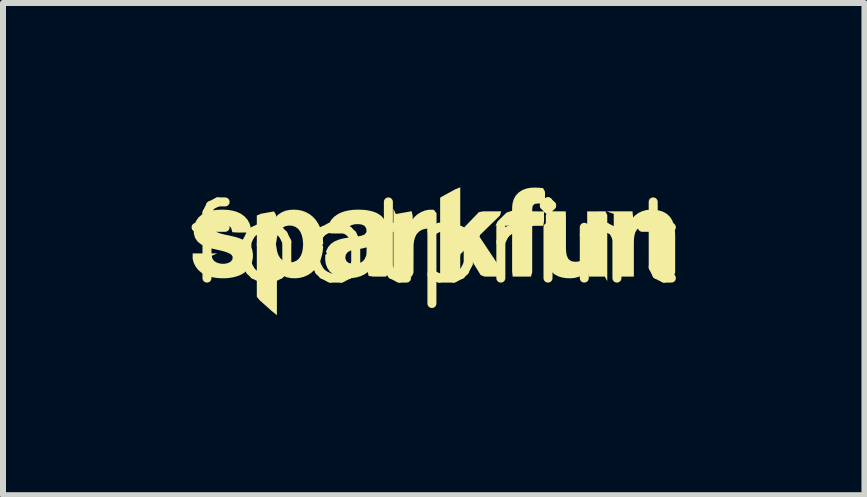
<source format=kicad_pcb>
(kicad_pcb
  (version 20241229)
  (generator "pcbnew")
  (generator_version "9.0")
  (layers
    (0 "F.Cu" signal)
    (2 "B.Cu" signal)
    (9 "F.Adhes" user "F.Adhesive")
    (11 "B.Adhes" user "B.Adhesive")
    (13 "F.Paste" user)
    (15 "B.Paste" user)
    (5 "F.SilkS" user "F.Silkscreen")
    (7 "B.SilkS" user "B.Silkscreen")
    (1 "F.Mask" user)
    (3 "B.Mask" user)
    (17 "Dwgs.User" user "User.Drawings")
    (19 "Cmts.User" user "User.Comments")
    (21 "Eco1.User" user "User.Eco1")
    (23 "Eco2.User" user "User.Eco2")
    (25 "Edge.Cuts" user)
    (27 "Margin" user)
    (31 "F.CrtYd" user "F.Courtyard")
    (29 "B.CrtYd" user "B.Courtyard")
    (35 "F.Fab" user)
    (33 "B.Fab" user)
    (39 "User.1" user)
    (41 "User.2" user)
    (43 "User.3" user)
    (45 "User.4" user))
  (footprint "footprint"
    (layer "F.Cu")
    (at 4.18 1.006)
    (property "Reference" "footprint" (at 0 0 0) (layer "F.SilkS") (effects (font (size 1.27 1.27) (thickness 0.15))))
    (fp_poly (pts (xy 0.442 -0.197) (xy 0.752 -0.519) (xy 0.823 -0.533) (xy 1.125 -0.533) (xy 1.105 -0.464) (xy 0.772 -0.14) (xy 0.765 -0.107) (xy 1.175 0.51) (xy 1.13 0.555) (xy 0.849 0.555) (xy 0.782 0.529) (xy 0.536 0.128) (xy 0.518 0.11) (xy 0.447 0.179) (xy 0.442 0.233) (xy 0.442 0.508) (xy 0.394 0.555) (xy 0.181 0.555) (xy 0.107 0.535) (xy 0.107 -0.751) (xy 0.111 -0.765) (xy 0.354 -0.898) (xy 0.442 -0.934)) (stroke (width 0) (type solid)) (fill yes) (layer "F.SilkS"))
    (fp_poly (pts (xy -0.632 -0.488) (xy -0.368 -0.535) (xy -0.351 -0.456) (xy -0.351 -0.4) (xy -0.325 -0.435) (xy -0.273 -0.482) (xy -0.213 -0.519) (xy -0.148 -0.546) (xy -0.078 -0.56) (xy 0.002 -0.559) (xy 0.047 -0.502) (xy 0.047 -0.283) (xy -0.002 -0.241) (xy -0.076 -0.246) (xy -0.138 -0.242) (xy -0.196 -0.226) (xy -0.246 -0.195) (xy -0.285 -0.152) (xy -0.312 -0.098) (xy -0.328 -0.039) (xy -0.336 0.024) (xy -0.337 0.49) (xy -0.366 0.555) (xy -0.672 0.555) (xy -0.672 -0.578)) (stroke (width 0) (type solid)) (fill yes) (layer "F.SilkS"))
    (fp_poly (pts (xy 1.742 -0.927) (xy 1.822 -0.921) (xy 1.855 -0.86) (xy 1.855 -0.714) (xy 1.816 -0.66) (xy 1.739 -0.664) (xy 1.684 -0.658) (xy 1.65 -0.626) (xy 1.642 -0.571) (xy 1.643 -0.533) (xy 1.839 -0.532) (xy 1.839 -0.374) (xy 1.828 -0.292) (xy 1.676 -0.292) (xy 1.642 -0.287) (xy 1.642 0.484) (xy 1.62 0.555) (xy 1.316 0.555) (xy 1.307 0.473) (xy 1.307 -0.293) (xy 1.029 -0.293) (xy 1.064 -0.365) (xy 1.212 -0.511) (xy 1.307 -0.543) (xy 1.307 -0.592) (xy 1.313 -0.661) (xy 1.331 -0.729) (xy 1.365 -0.792) (xy 1.413 -0.845) (xy 1.473 -0.885) (xy 1.538 -0.911) (xy 1.606 -0.925) (xy 1.675 -0.929)) (stroke (width 0) (type solid)) (fill yes) (layer "F.SilkS"))
    (fp_poly (pts (xy -1.465 0.167) (xy -1.474 0.249) (xy -1.456 0.297) (xy -1.415 0.328) (xy -1.359 0.341) (xy -1.298 0.341) (xy -1.24 0.331) (xy -1.189 0.305) (xy -1.151 0.264) (xy -1.126 0.204) (xy -1.083 0.153) (xy -0.784 0.153) (xy -0.784 0.309) (xy -0.782 0.373) (xy -0.775 0.436) (xy -0.758 0.511) (xy -0.798 0.555) (xy -1.008 0.555) (xy -1.085 0.543) (xy -1.099 0.481) (xy -1.103 0.481) (xy -1.151 0.516) (xy -1.213 0.546) (xy -1.279 0.566) (xy -1.347 0.578) (xy -1.415 0.583) (xy -1.483 0.581) (xy -1.551 0.571) (xy -1.618 0.55) (xy -1.68 0.516) (xy -1.734 0.469) (xy -1.774 0.41) (xy -1.799 0.343) (xy -1.809 0.274) (xy -1.807 0.193) (xy -1.75 0.153) (xy -1.543 0.153)) (stroke (width 0) (type solid)) (fill yes) (layer "F.SilkS"))
    (fp_poly (pts (xy -2.638 -0.008) (xy -2.621 0.07) (xy -2.611 0.134) (xy -2.591 0.193) (xy -2.561 0.244) (xy -2.518 0.285) (xy -2.465 0.309) (xy -2.406 0.318) (xy -2.346 0.313) (xy -2.291 0.292) (xy -2.247 0.255) (xy -2.214 0.205) (xy -2.193 0.147) (xy -2.182 0.085) (xy -2.176 -0.002) (xy -2.091 -0.008) (xy -1.876 -0.008) (xy -1.843 0.055) (xy -1.85 0.13) (xy -1.863 0.198) (xy -1.883 0.264) (xy -1.91 0.328) (xy -1.946 0.388) (xy -1.989 0.443) (xy -2.041 0.491) (xy -2.1 0.53) (xy -2.164 0.558) (xy -2.233 0.576) (xy -2.302 0.583) (xy -2.372 0.581) (xy -2.442 0.568) (xy -2.508 0.543) (xy -2.569 0.506) (xy -2.614 0.465) (xy -2.614 1.198) (xy -2.702 1.127) (xy -2.903 0.948) (xy -2.949 0.891) (xy -2.949 -0.008)) (stroke (width 0) (type solid)) (fill yes) (layer "F.SilkS"))
    (fp_poly (pts (xy -2.264 -0.557) (xy -2.195 -0.543) (xy -2.129 -0.519) (xy -2.068 -0.485) (xy -2.013 -0.441) (xy -1.966 -0.389) (xy -1.927 -0.331) (xy -1.896 -0.269) (xy -1.873 -0.204) (xy -1.857 -0.137) (xy -1.847 -0.069) (xy -1.842 0.017) (xy -1.912 0.042) (xy -2.124 0.042) (xy -2.177 0.001) (xy -2.185 -0.074) (xy -2.199 -0.135) (xy -2.223 -0.191) (xy -2.258 -0.239) (xy -2.305 -0.274) (xy -2.36 -0.293) (xy -2.42 -0.296) (xy -2.478 -0.284) (xy -2.528 -0.256) (xy -2.568 -0.213) (xy -2.596 -0.159) (xy -2.613 -0.099) (xy -2.622 -0.035) (xy -2.638 0.042) (xy -2.949 0.042) (xy -2.949 -0.464) (xy -2.878 -0.493) (xy -2.662 -0.532) (xy -2.628 -0.471) (xy -2.628 -0.442) (xy -2.596 -0.475) (xy -2.537 -0.515) (xy -2.472 -0.543) (xy -2.403 -0.557) (xy -2.333 -0.561)) (stroke (width 0) (type solid)) (fill yes) (layer "F.SilkS"))
    (fp_poly (pts (xy 2.893 -0.469) (xy 2.893 0.631) (xy 2.853 0.555) (xy 2.581 0.555) (xy 2.572 0.472) (xy 2.572 0.451) (xy 2.538 0.487) (xy 2.481 0.528) (xy 2.417 0.558) (xy 2.349 0.577) (xy 2.279 0.583) (xy 2.21 0.581) (xy 2.142 0.57) (xy 2.074 0.55) (xy 2.011 0.515) (xy 1.958 0.466) (xy 1.919 0.406) (xy 1.894 0.34) (xy 1.879 0.272) (xy 1.871 0.204) (xy 1.869 0.137) (xy 1.869 -0.464) (xy 1.894 -0.533) (xy 2.201 -0.533) (xy 2.204 -0.445) (xy 2.204 0.084) (xy 2.208 0.148) (xy 2.219 0.208) (xy 2.244 0.26) (xy 2.286 0.294) (xy 2.342 0.307) (xy 2.402 0.306) (xy 2.458 0.29) (xy 2.503 0.257) (xy 2.533 0.208) (xy 2.549 0.149) (xy 2.556 0.087) (xy 2.558 0.022) (xy 2.558 -0.532) (xy 2.863 -0.533)) (stroke (width 0) (type solid)) (fill yes) (layer "F.SilkS"))
    (fp_poly (pts (xy 3.684 -0.559) (xy 3.753 -0.548) (xy 3.82 -0.528) (xy 3.883 -0.493) (xy 3.936 -0.444) (xy 3.975 -0.384) (xy 4 -0.318) (xy 4.015 -0.25) (xy 4.023 -0.182) (xy 4.025 -0.115) (xy 4.025 0.486) (xy 4 0.555) (xy 3.693 0.555) (xy 3.69 0.467) (xy 3.69 -0.063) (xy 3.686 -0.126) (xy 3.675 -0.186) (xy 3.65 -0.238) (xy 3.607 -0.272) (xy 3.552 -0.285) (xy 3.492 -0.284) (xy 3.436 -0.269) (xy 3.391 -0.235) (xy 3.361 -0.186) (xy 3.345 -0.127) (xy 3.338 -0.065) (xy 3.336 0.000051) (xy 3.336 0.555) (xy 3.031 0.555) (xy 3.001 0.491) (xy 3.001 -0.491) (xy 2.883 -0.533) (xy 3.313 -0.533) (xy 3.322 -0.45) (xy 3.322 -0.429) (xy 3.356 -0.465) (xy 3.413 -0.506) (xy 3.477 -0.536) (xy 3.545 -0.555) (xy 3.615 -0.561)) (stroke (width 0) (type solid)) (fill yes) (layer "F.SilkS"))
    (fp_poly (pts (xy -1.198 -0.56) (xy -1.13 -0.554) (xy -1.062 -0.542) (xy -0.996 -0.524) (xy -0.931 -0.496) (xy -0.872 -0.455) (xy -0.825 -0.399) (xy -0.796 -0.333) (xy -0.784 -0.262) (xy -0.784 0.144) (xy -0.82 0.203) (xy -1.123 0.202) (xy -1.119 0.11) (xy -1.119 0.069) (xy -1.128 0.069) (xy -1.19 0.086) (xy -1.321 0.106) (xy -1.382 0.12) (xy -1.433 0.146) (xy -1.477 0.203) (xy -1.771 0.203) (xy -1.796 0.136) (xy -1.761 0.064) (xy -1.714 0.009) (xy -1.655 -0.031) (xy -1.59 -0.059) (xy -1.524 -0.078) (xy -1.457 -0.09) (xy -1.26 -0.115) (xy -1.199 -0.128) (xy -1.148 -0.15) (xy -1.121 -0.19) (xy -1.123 -0.242) (xy -1.148 -0.288) (xy -1.196 -0.312) (xy -1.255 -0.32) (xy -1.316 -0.318) (xy -1.372 -0.303) (xy -1.414 -0.27) (xy -1.441 -0.212) (xy -1.486 -0.164) (xy -1.697 -0.164) (xy -1.781 -0.176) (xy -1.766 -0.268) (xy -1.742 -0.335) (xy -1.705 -0.396) (xy -1.655 -0.447) (xy -1.597 -0.487) (xy -1.534 -0.517) (xy -1.468 -0.538) (xy -1.401 -0.551) (xy -1.333 -0.559) (xy -1.265 -0.561)) (stroke (width 0) (type solid)) (fill yes) (layer "F.SilkS"))
    (fp_poly (pts (xy -3.474 -0.56) (xy -3.407 -0.554) (xy -3.339 -0.541) (xy -3.273 -0.521) (xy -3.21 -0.49) (xy -3.153 -0.448) (xy -3.105 -0.395) (xy -3.071 -0.333) (xy -3.049 -0.263) (xy -3.053 -0.18) (xy -3.275 -0.18) (xy -3.356 -0.185) (xy -3.378 -0.259) (xy -3.415 -0.296) (xy -3.469 -0.315) (xy -3.529 -0.321) (xy -3.59 -0.316) (xy -3.64 -0.298) (xy -3.663 -0.259) (xy -3.653 -0.215) (xy -3.611 -0.184) (xy -3.554 -0.163) (xy -3.492 -0.147) (xy -3.362 -0.119) (xy -3.297 -0.103) (xy -3.232 -0.082) (xy -3.169 -0.054) (xy -3.109 -0.015) (xy -3.06 0.038) (xy -3.027 0.103) (xy -3.014 0.174) (xy -3.015 0.244) (xy -3.029 0.314) (xy -3.056 0.379) (xy -3.097 0.438) (xy -3.15 0.485) (xy -3.21 0.522) (xy -3.275 0.548) (xy -3.341 0.566) (xy -3.409 0.577) (xy -3.476 0.583) (xy -3.544 0.583) (xy -3.612 0.578) (xy -3.68 0.567) (xy -3.746 0.55) (xy -3.811 0.525) (xy -3.872 0.49) (xy -3.926 0.444) (xy -3.969 0.388) (xy -4.001 0.324) (xy -4.019 0.255) (xy -4.018 0.168) (xy -3.61 0.168) (xy -3.701 0.208) (xy -3.693 0.247) (xy -3.662 0.293) (xy -3.614 0.323) (xy -3.557 0.339) (xy -3.496 0.342) (xy -3.437 0.332) (xy -3.386 0.308) (xy -3.355 0.268) (xy -3.352 0.22) (xy -3.382 0.181) (xy -3.435 0.155) (xy -3.495 0.135) (xy -3.558 0.119) (xy -3.687 0.09) (xy -3.752 0.072) (xy -3.817 0.049) (xy -3.879 0.017) (xy -3.935 -0.028) (xy -3.977 -0.088) (xy -3.998 -0.158) (xy -4 -0.23) (xy -3.99 -0.3) (xy -3.965 -0.367) (xy -3.925 -0.427) (xy -3.872 -0.474) (xy -3.81 -0.51) (xy -3.745 -0.534) (xy -3.678 -0.549) (xy -3.61 -0.558) (xy -3.542 -0.561)) (stroke (width 0) (type solid)) (fill yes) (layer "F.SilkS")))
  (gr_rect
    (start -3 -3)
    (end 11.36 5.205)
    (stroke (width 0.1) (type default))
    (fill no)
    (layer "Edge.Cuts")))
</source>
